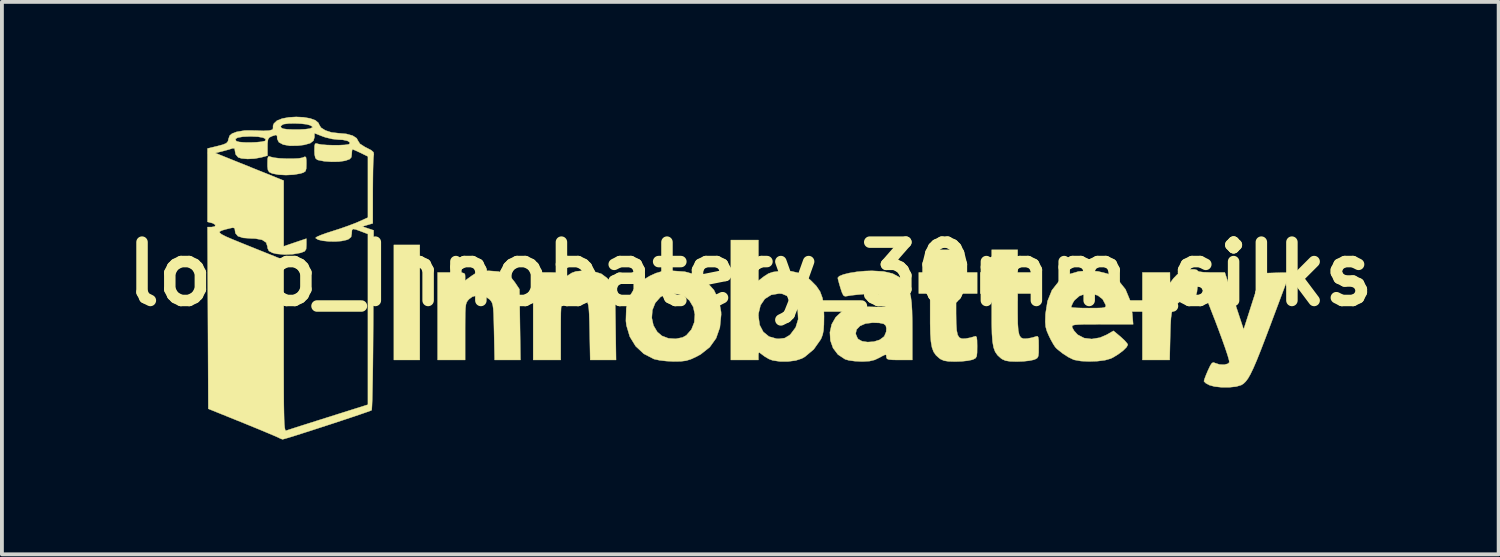
<source format=kicad_pcb>
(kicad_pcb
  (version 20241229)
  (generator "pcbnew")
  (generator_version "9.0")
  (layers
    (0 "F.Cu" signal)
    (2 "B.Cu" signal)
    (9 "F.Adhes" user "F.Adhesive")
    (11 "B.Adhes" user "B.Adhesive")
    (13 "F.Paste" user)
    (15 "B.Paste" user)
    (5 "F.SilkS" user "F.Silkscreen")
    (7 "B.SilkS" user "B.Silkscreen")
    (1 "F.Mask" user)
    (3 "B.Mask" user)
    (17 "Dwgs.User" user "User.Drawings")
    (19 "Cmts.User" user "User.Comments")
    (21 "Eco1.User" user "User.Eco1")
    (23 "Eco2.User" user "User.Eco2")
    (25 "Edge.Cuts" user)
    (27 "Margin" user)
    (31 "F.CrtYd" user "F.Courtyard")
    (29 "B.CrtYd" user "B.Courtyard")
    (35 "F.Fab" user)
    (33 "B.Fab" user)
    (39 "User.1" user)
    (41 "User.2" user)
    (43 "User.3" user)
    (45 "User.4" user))
  (footprint "logo_Innobatery_30mm_silks"
    (layer "F.Cu")
    (at 16.554 4.111)
    (property "Reference" "logo_Innobatery_30mm_silks" (at 0 0 0) (layer "F.SilkS") (effects (font (size 1.524 1.524) (thickness 0.3))))
    (attr through_hole)
    (fp_poly (pts (xy -8.636 2.244) (xy -9.313 2.244) (xy -9.313 -0.762) (xy -8.636 -0.762) (xy -8.636 2.244)) (stroke (width 0.01) (type solid)) (fill yes) (layer "F.SilkS"))
    (fp_poly (pts (xy -12.541 -3.065) (xy -12.447 -3.041) (xy -12.299 -3.024) (xy -12.124 -3.016) (xy -11.948 -3.015) (xy -11.797 -3.023) (xy -11.699 -3.041) (xy -11.687 -3.046) (xy -11.635 -3.068) (xy -11.609 -3.05) (xy -11.6 -2.975) (xy -11.599 -2.882) (xy -11.603 -2.756) (xy -11.623 -2.688) (xy -11.678 -2.651) (xy -11.758 -2.627) (xy -11.929 -2.597) (xy -12.132 -2.587) (xy -12.329 -2.597) (xy -12.485 -2.627) (xy -12.499 -2.632) (xy -12.569 -2.665) (xy -12.603 -2.718) (xy -12.615 -2.816) (xy -12.615 -2.887) (xy -12.612 -3.011) (xy -12.597 -3.068) (xy -12.564 -3.074) (xy -12.541 -3.065)) (stroke (width 0.01) (type solid)) (fill yes) (layer "F.SilkS"))
    (fp_poly (pts (xy -6.579 -0.066) (xy -6.388 -0.006) (xy -6.24 0.104) (xy -6.152 0.216) (xy -6.032 0.396) (xy -6.005 2.244) (xy -6.68 2.244) (xy -6.695 1.506) (xy -6.701 1.239) (xy -6.707 1.043) (xy -6.716 0.905) (xy -6.729 0.811) (xy -6.749 0.747) (xy -6.777 0.701) (xy -6.812 0.66) (xy -6.95 0.569) (xy -7.111 0.547) (xy -7.267 0.594) (xy -7.347 0.654) (xy -7.384 0.694) (xy -7.411 0.737) (xy -7.43 0.796) (xy -7.441 0.884) (xy -7.448 1.014) (xy -7.45 1.201) (xy -7.451 1.458) (xy -7.451 1.501) (xy -7.451 2.244) (xy -8.17 2.244) (xy -8.17 -0.042) (xy -7.811 -0.042) (xy -7.636 -0.041) (xy -7.53 -0.035) (xy -7.475 -0.019) (xy -7.454 0.013) (xy -7.451 0.064) (xy -7.451 0.17) (xy -7.275 0.043) (xy -7.161 -0.031) (xy -7.055 -0.069) (xy -6.919 -0.083) (xy -6.829 -0.085) (xy -6.579 -0.066)) (stroke (width 0.01) (type solid)) (fill yes) (layer "F.SilkS"))
    (fp_poly (pts (xy -4.081 -0.066) (xy -3.891 -0.006) (xy -3.743 0.104) (xy -3.654 0.216) (xy -3.535 0.396) (xy -3.521 1.32) (xy -3.508 2.244) (xy -4.183 2.244) (xy -4.197 1.506) (xy -4.203 1.239) (xy -4.21 1.043) (xy -4.219 0.905) (xy -4.232 0.811) (xy -4.251 0.747) (xy -4.279 0.701) (xy -4.315 0.66) (xy -4.452 0.569) (xy -4.613 0.547) (xy -4.769 0.594) (xy -4.849 0.654) (xy -4.886 0.694) (xy -4.914 0.737) (xy -4.932 0.796) (xy -4.944 0.884) (xy -4.95 1.014) (xy -4.952 1.201) (xy -4.953 1.458) (xy -4.953 1.501) (xy -4.953 2.244) (xy -5.673 2.244) (xy -5.673 -0.042) (xy -5.313 -0.042) (xy -5.139 -0.041) (xy -5.032 -0.035) (xy -4.977 -0.019) (xy -4.956 0.013) (xy -4.953 0.064) (xy -4.953 0.17) (xy -4.777 0.043) (xy -4.663 -0.031) (xy -4.557 -0.069) (xy -4.422 -0.083) (xy -4.331 -0.085) (xy -4.081 -0.066)) (stroke (width 0.01) (type solid)) (fill yes) (layer "F.SilkS"))
    (fp_poly (pts (xy 5.376 -0.042) (xy 5.927 -0.042) (xy 5.927 0.508) (xy 5.376 0.508) (xy 5.376 1.029) (xy 5.38 1.286) (xy 5.392 1.47) (xy 5.418 1.591) (xy 5.462 1.66) (xy 5.528 1.688) (xy 5.62 1.686) (xy 5.634 1.684) (xy 5.756 1.661) (xy 5.851 1.632) (xy 5.853 1.632) (xy 5.891 1.623) (xy 5.914 1.65) (xy 5.924 1.728) (xy 5.927 1.873) (xy 5.927 1.896) (xy 5.925 2.052) (xy 5.915 2.144) (xy 5.888 2.194) (xy 5.836 2.224) (xy 5.793 2.24) (xy 5.683 2.263) (xy 5.523 2.28) (xy 5.355 2.286) (xy 5.178 2.281) (xy 5.06 2.262) (xy 4.972 2.223) (xy 4.932 2.194) (xy 4.85 2.119) (xy 4.789 2.031) (xy 4.747 1.917) (xy 4.72 1.763) (xy 4.705 1.558) (xy 4.699 1.286) (xy 4.699 1.166) (xy 4.699 0.508) (xy 4.403 0.508) (xy 4.403 -0.042) (xy 4.699 -0.042) (xy 4.699 -0.635) (xy 5.376 -0.635) (xy 5.376 -0.042)) (stroke (width 0.01) (type solid)) (fill yes) (layer "F.SilkS"))
    (fp_poly (pts (xy 6.985 -0.042) (xy 7.535 -0.042) (xy 7.535 0.508) (xy 6.985 0.508) (xy 6.985 1.029) (xy 6.988 1.286) (xy 7.001 1.47) (xy 7.027 1.591) (xy 7.07 1.66) (xy 7.136 1.688) (xy 7.229 1.686) (xy 7.242 1.684) (xy 7.365 1.661) (xy 7.46 1.632) (xy 7.461 1.632) (xy 7.5 1.623) (xy 7.522 1.65) (xy 7.533 1.728) (xy 7.535 1.873) (xy 7.535 1.896) (xy 7.534 2.052) (xy 7.524 2.144) (xy 7.497 2.194) (xy 7.445 2.224) (xy 7.402 2.24) (xy 7.291 2.263) (xy 7.132 2.28) (xy 6.963 2.286) (xy 6.787 2.281) (xy 6.668 2.262) (xy 6.581 2.223) (xy 6.541 2.194) (xy 6.459 2.119) (xy 6.398 2.031) (xy 6.356 1.917) (xy 6.329 1.763) (xy 6.314 1.558) (xy 6.308 1.286) (xy 6.308 1.166) (xy 6.308 0.508) (xy 6.011 0.508) (xy 6.011 -0.042) (xy 6.308 -0.042) (xy 6.308 -0.635) (xy 6.985 -0.635) (xy 6.985 -0.042)) (stroke (width 0.01) (type solid)) (fill yes) (layer "F.SilkS"))
    (fp_poly (pts (xy -1.712 -0.062) (xy -1.446 0.011) (xy -1.219 0.139) (xy -1.152 0.193) (xy -0.95 0.419) (xy -0.819 0.688) (xy -0.764 0.992) (xy -0.762 1.061) (xy -0.795 1.395) (xy -0.894 1.677) (xy -1.061 1.91) (xy -1.298 2.098) (xy -1.405 2.156) (xy -1.552 2.224) (xy -1.677 2.263) (xy -1.815 2.28) (xy -2 2.283) (xy -2.007 2.283) (xy -2.196 2.273) (xy -2.375 2.252) (xy -2.509 2.222) (xy -2.52 2.219) (xy -2.784 2.082) (xy -2.996 1.884) (xy -3.149 1.634) (xy -3.236 1.342) (xy -3.25 1.225) (xy -3.248 1.145) (xy -2.574 1.145) (xy -2.531 1.342) (xy -2.431 1.511) (xy -2.311 1.614) (xy -2.14 1.679) (xy -1.949 1.692) (xy -1.77 1.656) (xy -1.673 1.602) (xy -1.538 1.448) (xy -1.463 1.259) (xy -1.448 1.056) (xy -1.49 0.86) (xy -1.591 0.69) (xy -1.711 0.588) (xy -1.882 0.523) (xy -2.073 0.509) (xy -2.251 0.546) (xy -2.349 0.6) (xy -2.484 0.754) (xy -2.559 0.942) (xy -2.574 1.145) (xy -3.248 1.145) (xy -3.24 0.886) (xy -3.159 0.592) (xy -3.008 0.345) (xy -2.785 0.144) (xy -2.621 0.047) (xy -2.463 -0.025) (xy -2.328 -0.065) (xy -2.176 -0.082) (xy -2.033 -0.085) (xy -1.712 -0.062)) (stroke (width 0.01) (type solid)) (fill yes) (layer "F.SilkS"))
    (fp_poly (pts (xy 0.212 0.174) (xy 0.366 0.056) (xy 0.474 -0.013) (xy 0.591 -0.053) (xy 0.751 -0.074) (xy 0.806 -0.078) (xy 1.074 -0.073) (xy 1.291 -0.022) (xy 1.481 0.084) (xy 1.575 0.161) (xy 1.723 0.31) (xy 1.824 0.459) (xy 1.886 0.627) (xy 1.918 0.837) (xy 1.926 1.101) (xy 1.923 1.315) (xy 1.913 1.468) (xy 1.891 1.58) (xy 1.856 1.675) (xy 1.835 1.715) (xy 1.657 1.967) (xy 1.428 2.159) (xy 1.346 2.206) (xy 1.186 2.258) (xy 0.983 2.284) (xy 0.771 2.283) (xy 0.584 2.255) (xy 0.487 2.219) (xy 0.374 2.152) (xy 0.286 2.086) (xy 0.232 2.045) (xy 0.214 2.071) (xy 0.212 2.131) (xy 0.212 2.244) (xy -0.508 2.244) (xy -0.508 1.101) (xy 0.212 1.101) (xy 0.245 1.331) (xy 0.339 1.511) (xy 0.489 1.633) (xy 0.687 1.689) (xy 0.747 1.692) (xy 0.897 1.673) (xy 1.02 1.601) (xy 1.05 1.574) (xy 1.186 1.393) (xy 1.251 1.181) (xy 1.24 0.96) (xy 1.23 0.923) (xy 1.138 0.727) (xy 1.001 0.588) (xy 0.832 0.515) (xy 0.753 0.508) (xy 0.544 0.544) (xy 0.379 0.649) (xy 0.267 0.813) (xy 0.215 1.029) (xy 0.212 1.101) (xy -0.508 1.101) (xy -0.508 -0.889) (xy 0.212 -0.889) (xy 0.212 0.174)) (stroke (width 0.01) (type solid)) (fill yes) (layer "F.SilkS"))
    (fp_poly (pts (xy 9.086 -0.07) (xy 9.319 -0.013) (xy 9.397 0.021) (xy 9.629 0.182) (xy 9.803 0.4) (xy 9.919 0.679) (xy 9.978 1.019) (xy 9.979 1.022) (xy 10.003 1.312) (xy 9.196 1.312) (xy 8.917 1.313) (xy 8.711 1.314) (xy 8.568 1.319) (xy 8.478 1.327) (xy 8.428 1.34) (xy 8.409 1.359) (xy 8.409 1.385) (xy 8.412 1.398) (xy 8.458 1.48) (xy 8.543 1.574) (xy 8.56 1.588) (xy 8.722 1.672) (xy 8.921 1.697) (xy 9.136 1.661) (xy 9.306 1.588) (xy 9.489 1.483) (xy 9.676 1.639) (xy 9.778 1.733) (xy 9.846 1.811) (xy 9.864 1.847) (xy 9.829 1.912) (xy 9.74 2) (xy 9.615 2.094) (xy 9.476 2.179) (xy 9.419 2.207) (xy 9.272 2.249) (xy 9.073 2.275) (xy 8.852 2.283) (xy 8.641 2.273) (xy 8.471 2.243) (xy 8.445 2.235) (xy 8.307 2.168) (xy 8.151 2.066) (xy 8.014 1.956) (xy 7.967 1.907) (xy 7.919 1.834) (xy 7.852 1.714) (xy 7.803 1.615) (xy 7.748 1.488) (xy 7.717 1.376) (xy 7.707 1.249) (xy 7.712 1.073) (xy 7.713 1.043) (xy 7.741 0.865) (xy 8.382 0.865) (xy 8.421 0.875) (xy 8.528 0.883) (xy 8.686 0.888) (xy 8.844 0.889) (xy 9.046 0.888) (xy 9.177 0.884) (xy 9.252 0.873) (xy 9.284 0.854) (xy 9.288 0.823) (xy 9.284 0.805) (xy 9.207 0.658) (xy 9.08 0.559) (xy 8.924 0.511) (xy 8.757 0.515) (xy 8.599 0.572) (xy 8.471 0.683) (xy 8.429 0.749) (xy 8.393 0.829) (xy 8.382 0.865) (xy 7.741 0.865) (xy 7.766 0.706) (xy 7.881 0.422) (xy 8.06 0.194) (xy 8.301 0.023) (xy 8.36 -0.005) (xy 8.573 -0.067) (xy 8.826 -0.089) (xy 9.086 -0.07)) (stroke (width 0.01) (type solid)) (fill yes) (layer "F.SilkS"))
    (fp_poly (pts (xy 11.672 -0.105) (xy 11.684 -0.085) (xy 11.724 -0.064) (xy 11.833 -0.049) (xy 11.997 -0.043) (xy 12.041 -0.042) (xy 12.398 -0.042) (xy 12.644 0.702) (xy 12.89 1.447) (xy 13.125 0.713) (xy 13.36 -0.021) (xy 13.734 -0.033) (xy 13.911 -0.038) (xy 14.02 -0.036) (xy 14.073 -0.023) (xy 14.085 0.002) (xy 14.078 0.03) (xy 14.056 0.088) (xy 14.008 0.214) (xy 13.938 0.399) (xy 13.851 0.631) (xy 13.75 0.901) (xy 13.639 1.196) (xy 13.604 1.291) (xy 13.455 1.684) (xy 13.331 2.006) (xy 13.228 2.263) (xy 13.141 2.464) (xy 13.067 2.617) (xy 13.003 2.729) (xy 12.943 2.808) (xy 12.886 2.863) (xy 12.827 2.9) (xy 12.697 2.939) (xy 12.516 2.958) (xy 12.315 2.958) (xy 12.128 2.938) (xy 11.991 2.9) (xy 11.899 2.849) (xy 11.854 2.803) (xy 11.853 2.797) (xy 11.869 2.738) (xy 11.911 2.628) (xy 11.958 2.518) (xy 12.019 2.389) (xy 12.063 2.324) (xy 12.105 2.31) (xy 12.146 2.326) (xy 12.261 2.363) (xy 12.383 2.368) (xy 12.48 2.342) (xy 12.516 2.305) (xy 12.508 2.249) (xy 12.473 2.126) (xy 12.413 1.945) (xy 12.333 1.719) (xy 12.237 1.458) (xy 12.129 1.172) (xy 12.123 1.159) (xy 11.705 0.08) (xy 11.684 0.325) (xy 11.67 0.463) (xy 11.649 0.539) (xy 11.605 0.574) (xy 11.526 0.593) (xy 11.508 0.595) (xy 11.285 0.67) (xy 11.11 0.811) (xy 11.06 0.877) (xy 11.029 0.939) (xy 11.007 1.025) (xy 10.991 1.15) (xy 10.98 1.329) (xy 10.972 1.576) (xy 10.971 1.617) (xy 10.957 2.244) (xy 10.245 2.244) (xy 10.245 -0.042) (xy 10.964 -0.042) (xy 10.967 0.233) (xy 11.055 0.115) (xy 11.154 0.012) (xy 11.263 -0.065) (xy 11.369 -0.103) (xy 11.491 -0.123) (xy 11.601 -0.124) (xy 11.672 -0.105)) (stroke (width 0.01) (type solid)) (fill yes) (layer "F.SilkS"))
    (fp_poly (pts (xy 3.482 -0.068) (xy 3.718 -0.013) (xy 3.899 0.083) (xy 4.036 0.225) (xy 4.053 0.249) (xy 4.113 0.351) (xy 4.159 0.459) (xy 4.192 0.587) (xy 4.213 0.749) (xy 4.226 0.958) (xy 4.232 1.228) (xy 4.233 1.471) (xy 4.233 2.244) (xy 3.895 2.244) (xy 3.726 2.242) (xy 3.624 2.233) (xy 3.574 2.215) (xy 3.557 2.181) (xy 3.556 2.161) (xy 3.551 2.115) (xy 3.523 2.107) (xy 3.454 2.139) (xy 3.376 2.182) (xy 3.25 2.242) (xy 3.117 2.274) (xy 2.943 2.284) (xy 2.9 2.284) (xy 2.729 2.275) (xy 2.574 2.254) (xy 2.477 2.226) (xy 2.29 2.102) (xy 2.162 1.933) (xy 2.092 1.734) (xy 2.082 1.558) (xy 2.752 1.558) (xy 2.801 1.675) (xy 2.822 1.701) (xy 2.92 1.755) (xy 3.065 1.777) (xy 3.228 1.766) (xy 3.375 1.72) (xy 3.384 1.716) (xy 3.499 1.629) (xy 3.55 1.508) (xy 3.556 1.419) (xy 3.54 1.344) (xy 3.483 1.299) (xy 3.37 1.276) (xy 3.198 1.27) (xy 3.009 1.293) (xy 2.866 1.356) (xy 2.777 1.448) (xy 2.752 1.558) (xy 2.082 1.558) (xy 2.08 1.522) (xy 2.126 1.314) (xy 2.232 1.127) (xy 2.396 0.975) (xy 2.455 0.94) (xy 2.549 0.895) (xy 2.638 0.867) (xy 2.744 0.853) (xy 2.891 0.85) (xy 3.099 0.855) (xy 3.101 0.855) (xy 3.304 0.86) (xy 3.436 0.858) (xy 3.513 0.848) (xy 3.548 0.829) (xy 3.556 0.8) (xy 3.528 0.727) (xy 3.458 0.634) (xy 3.44 0.615) (xy 3.377 0.557) (xy 3.318 0.524) (xy 3.237 0.512) (xy 3.113 0.514) (xy 2.985 0.522) (xy 2.809 0.537) (xy 2.654 0.554) (xy 2.549 0.57) (xy 2.538 0.573) (xy 2.475 0.581) (xy 2.432 0.556) (xy 2.395 0.481) (xy 2.358 0.37) (xy 2.319 0.237) (xy 2.292 0.135) (xy 2.286 0.097) (xy 2.326 0.054) (xy 2.433 0.011) (xy 2.592 -0.028) (xy 2.785 -0.059) (xy 2.997 -0.079) (xy 3.179 -0.085) (xy 3.482 -0.068)) (stroke (width 0.01) (type solid)) (fill yes) (layer "F.SilkS"))
    (fp_poly (pts (xy -11.673 -4.097) (xy -11.5 -4.067) (xy -11.363 -4.017) (xy -11.282 -3.948) (xy -11.269 -3.912) (xy -11.218 -3.826) (xy -11.102 -3.753) (xy -10.942 -3.701) (xy -10.762 -3.681) (xy -10.553 -3.662) (xy -10.39 -3.617) (xy -10.285 -3.549) (xy -10.253 -3.488) (xy -10.201 -3.405) (xy -10.067 -3.319) (xy -10.028 -3.3) (xy -9.905 -3.236) (xy -9.846 -3.184) (xy -9.836 -3.13) (xy -9.839 -3.114) (xy -9.846 -3.046) (xy -9.853 -2.908) (xy -9.858 -2.714) (xy -9.861 -2.479) (xy -9.863 -2.217) (xy -9.863 -2.176) (xy -9.864 -1.325) (xy -10.001 -1.284) (xy -10.139 -1.243) (xy -9.842 -1.143) (xy -9.852 1.193) (xy -9.855 1.63) (xy -9.858 2.041) (xy -9.862 2.419) (xy -9.867 2.756) (xy -9.873 3.044) (xy -9.878 3.276) (xy -9.885 3.443) (xy -9.891 3.538) (xy -9.895 3.558) (xy -9.941 3.577) (xy -10.056 3.618) (xy -10.227 3.677) (xy -10.441 3.749) (xy -10.685 3.83) (xy -10.946 3.916) (xy -11.214 4.003) (xy -11.473 4.087) (xy -11.714 4.164) (xy -11.921 4.23) (xy -12.084 4.28) (xy -12.189 4.31) (xy -12.223 4.318) (xy -12.286 4.294) (xy -12.288 4.293) (xy -12.333 4.27) (xy -12.445 4.221) (xy -12.613 4.15) (xy -12.826 4.061) (xy -13.073 3.96) (xy -13.237 3.893) (xy -14.161 3.52) (xy -14.182 -1.228) (xy -14.076 -1.228) (xy -13.99 -1.245) (xy -13.977 -1.284) (xy -14.039 -1.326) (xy -14.076 -1.337) (xy -14.182 -1.364) (xy -14.182 -3.163) (xy -13.979 -3.163) (xy -12.192 -2.443) (xy -12.192 -0.725) (xy -11.896 -0.826) (xy -11.599 -0.926) (xy -11.599 -0.761) (xy -11.606 -0.652) (xy -11.644 -0.595) (xy -11.736 -0.559) (xy -11.758 -0.553) (xy -11.953 -0.519) (xy -12.171 -0.51) (xy -12.374 -0.528) (xy -12.482 -0.554) (xy -12.578 -0.604) (xy -12.613 -0.679) (xy -12.615 -0.717) (xy -12.65 -0.825) (xy -12.756 -0.895) (xy -12.936 -0.928) (xy -13.038 -0.931) (xy -13.25 -0.946) (xy -13.387 -0.99) (xy -13.453 -1.068) (xy -13.462 -1.122) (xy -13.472 -1.196) (xy -13.518 -1.212) (xy -13.578 -1.201) (xy -13.713 -1.168) (xy -13.81 -1.139) (xy -13.862 -1.112) (xy -13.865 -1.079) (xy -13.814 -1.038) (xy -13.703 -0.981) (xy -13.528 -0.906) (xy -13.283 -0.806) (xy -13.077 -0.723) (xy -12.192 -0.367) (xy -12.192 1.874) (xy -12.192 2.369) (xy -12.191 2.785) (xy -12.19 3.13) (xy -12.188 3.41) (xy -12.184 3.631) (xy -12.18 3.8) (xy -12.174 3.923) (xy -12.166 4.007) (xy -12.156 4.059) (xy -12.145 4.085) (xy -12.131 4.091) (xy -12.124 4.089) (xy -12.067 4.07) (xy -11.94 4.029) (xy -11.756 3.97) (xy -11.526 3.897) (xy -11.261 3.813) (xy -11.024 3.738) (xy -9.991 3.412) (xy -9.991 -1.047) (xy -10.172 -1.116) (xy -10.305 -1.165) (xy -10.377 -1.178) (xy -10.407 -1.152) (xy -10.414 -1.083) (xy -10.414 -1.062) (xy -10.431 -0.969) (xy -10.497 -0.913) (xy -10.547 -0.893) (xy -10.679 -0.864) (xy -10.841 -0.851) (xy -11.011 -0.854) (xy -11.168 -0.87) (xy -11.29 -0.898) (xy -11.354 -0.937) (xy -11.358 -0.947) (xy -11.324 -0.973) (xy -11.224 -1.017) (xy -11.075 -1.071) (xy -10.922 -1.12) (xy -10.708 -1.189) (xy -10.495 -1.264) (xy -10.314 -1.333) (xy -10.234 -1.367) (xy -9.991 -1.477) (xy -9.991 -3.073) (xy -10.182 -3.167) (xy -10.296 -3.22) (xy -10.375 -3.254) (xy -10.394 -3.26) (xy -10.408 -3.223) (xy -10.414 -3.134) (xy -10.414 -3.134) (xy -10.424 -3.053) (xy -10.467 -3.004) (xy -10.568 -2.967) (xy -10.594 -2.96) (xy -10.748 -2.937) (xy -10.941 -2.934) (xy -11.135 -2.948) (xy -11.291 -2.979) (xy -11.317 -2.988) (xy -11.363 -3.031) (xy -11.384 -3.126) (xy -11.388 -3.225) (xy -11.385 -3.348) (xy -11.371 -3.405) (xy -11.334 -3.413) (xy -11.292 -3.4) (xy -11.204 -3.383) (xy -11.065 -3.372) (xy -10.901 -3.367) (xy -10.736 -3.368) (xy -10.593 -3.375) (xy -10.497 -3.389) (xy -10.472 -3.4) (xy -10.465 -3.444) (xy -10.528 -3.482) (xy -10.647 -3.507) (xy -10.762 -3.513) (xy -10.924 -3.53) (xy -11.103 -3.573) (xy -11.174 -3.598) (xy -11.388 -3.682) (xy -11.388 -3.578) (xy -11.414 -3.485) (xy -11.5 -3.419) (xy -11.655 -3.376) (xy -11.811 -3.356) (xy -12.031 -3.352) (xy -12.204 -3.383) (xy -12.317 -3.444) (xy -12.361 -3.532) (xy -12.361 -3.538) (xy -12.365 -3.613) (xy -12.393 -3.635) (xy -12.467 -3.614) (xy -12.507 -3.599) (xy -12.57 -3.567) (xy -12.602 -3.515) (xy -12.614 -3.418) (xy -12.615 -3.326) (xy -12.615 -3.094) (xy -12.774 -3.05) (xy -12.951 -3.017) (xy -13.135 -3.008) (xy -13.294 -3.022) (xy -13.38 -3.049) (xy -13.447 -3.128) (xy -13.462 -3.202) (xy -13.474 -3.279) (xy -13.52 -3.288) (xy -13.531 -3.285) (xy -13.613 -3.258) (xy -13.738 -3.224) (xy -13.789 -3.21) (xy -13.979 -3.163) (xy -14.182 -3.163) (xy -14.182 -3.281) (xy -13.917 -3.345) (xy -13.772 -3.384) (xy -13.69 -3.42) (xy -13.649 -3.467) (xy -13.633 -3.53) (xy -13.453 -3.53) (xy -13.437 -3.483) (xy -13.42 -3.47) (xy -13.349 -3.451) (xy -13.224 -3.44) (xy -13.069 -3.438) (xy -12.91 -3.444) (xy -12.774 -3.457) (xy -12.687 -3.476) (xy -12.673 -3.484) (xy -12.664 -3.53) (xy -12.731 -3.565) (xy -12.865 -3.589) (xy -13.057 -3.597) (xy -13.06 -3.597) (xy -13.259 -3.589) (xy -13.392 -3.566) (xy -13.453 -3.53) (xy -13.633 -3.53) (xy -13.632 -3.533) (xy -13.604 -3.617) (xy -13.541 -3.67) (xy -13.42 -3.716) (xy -13.199 -3.753) (xy -12.932 -3.751) (xy -12.724 -3.742) (xy -12.571 -3.75) (xy -12.483 -3.774) (xy -12.469 -3.813) (xy -12.47 -3.814) (xy -12.47 -3.865) (xy -12.271 -3.865) (xy -12.252 -3.818) (xy -12.203 -3.797) (xy -12.1 -3.783) (xy -11.95 -3.777) (xy -11.783 -3.777) (xy -11.629 -3.785) (xy -11.519 -3.799) (xy -11.494 -3.806) (xy -11.437 -3.834) (xy -11.452 -3.86) (xy -11.502 -3.888) (xy -11.593 -3.913) (xy -11.738 -3.93) (xy -11.905 -3.937) (xy -12.064 -3.934) (xy -12.183 -3.919) (xy -12.21 -3.911) (xy -12.271 -3.865) (xy -12.47 -3.865) (xy -12.47 -3.876) (xy -12.447 -3.934) (xy -12.367 -4.009) (xy -12.231 -4.063) (xy -12.058 -4.095) (xy -11.866 -4.106) (xy -11.673 -4.097)) (stroke (width 0.01) (type solid)) (fill yes) (layer "F.SilkS")))
  (gr_rect
    (start -3 -3)
    (end 36.107 11.434)
    (stroke (width 0.1) (type default))
    (fill no)
    (layer "Edge.Cuts")))
</source>
